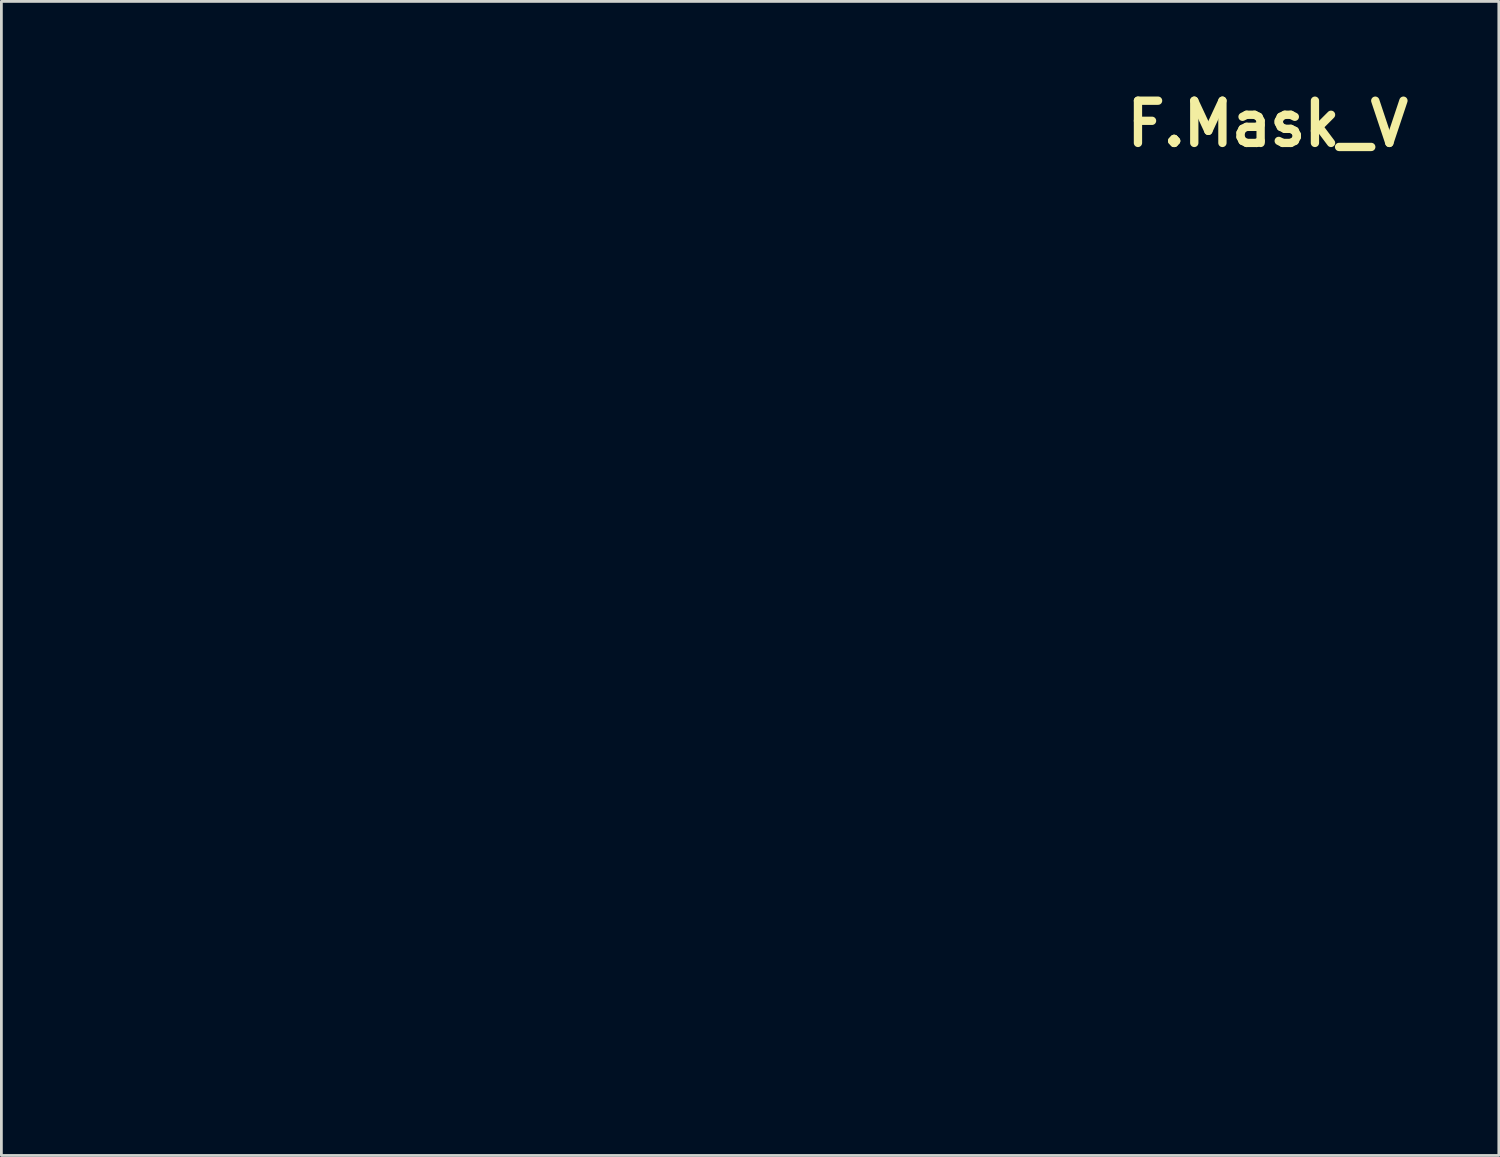
<source format=kicad_pcb>
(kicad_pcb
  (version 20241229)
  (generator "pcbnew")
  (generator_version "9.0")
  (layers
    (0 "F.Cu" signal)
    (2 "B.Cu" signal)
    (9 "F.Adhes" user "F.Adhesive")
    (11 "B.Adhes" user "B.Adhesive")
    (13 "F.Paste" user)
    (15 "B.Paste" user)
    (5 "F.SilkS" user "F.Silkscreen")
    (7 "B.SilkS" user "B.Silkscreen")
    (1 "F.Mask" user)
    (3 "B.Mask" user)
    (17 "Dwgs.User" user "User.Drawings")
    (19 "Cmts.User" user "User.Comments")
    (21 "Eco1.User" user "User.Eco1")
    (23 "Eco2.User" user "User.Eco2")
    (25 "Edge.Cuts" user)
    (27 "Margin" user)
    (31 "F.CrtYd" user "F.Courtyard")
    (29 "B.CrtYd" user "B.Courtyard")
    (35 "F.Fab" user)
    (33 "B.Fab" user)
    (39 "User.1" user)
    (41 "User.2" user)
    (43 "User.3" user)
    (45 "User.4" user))
  (footprint "F.Mask_V"
    (layer "F.Cu")
    (at 42.694 1.418)
    (property "Reference" "F.Mask_V" (at 0 0 180) (layer "F.SilkS") (effects (font (size 1.524 1.524) (thickness 0.3))))
    (attr through_hole)
    (fp_poly (pts (xy -16.455 20.441) (xy -16.344 20.459) (xy -16.243 20.492) (xy -16.166 20.528) (xy -16.079 20.586) (xy -15.992 20.664) (xy -15.918 20.752) (xy -15.869 20.832) (xy -15.849 20.875) (xy -15.832 20.917) (xy -15.818 20.96) (xy -15.807 21.008) (xy -15.799 21.065) (xy -15.792 21.133) (xy -15.788 21.218) (xy -15.785 21.321) (xy -15.783 21.447) (xy -15.782 21.599) (xy -15.782 21.78) (xy -15.782 21.83) (xy -15.782 22.036) (xy -15.784 22.214) (xy -15.786 22.364) (xy -15.789 22.484) (xy -15.794 22.573) (xy -15.799 22.63) (xy -15.801 22.643) (xy -15.849 22.794) (xy -15.925 22.928) (xy -16.025 23.041) (xy -16.147 23.132) (xy -16.288 23.197) (xy -16.434 23.232) (xy -16.511 23.242) (xy -16.571 23.246) (xy -16.628 23.244) (xy -16.698 23.236) (xy -16.737 23.231) (xy -16.885 23.193) (xy -17.02 23.126) (xy -17.137 23.032) (xy -17.234 22.916) (xy -17.307 22.78) (xy -17.348 22.655) (xy -17.355 22.606) (xy -17.361 22.528) (xy -17.366 22.426) (xy -17.37 22.304) (xy -17.373 22.166) (xy -17.375 22.019) (xy -17.376 21.866) (xy -17.375 21.712) (xy -17.374 21.562) (xy -17.371 21.42) (xy -17.368 21.292) (xy -17.363 21.181) (xy -17.358 21.094) (xy -17.351 21.033) (xy -17.348 21.018) (xy -17.296 20.861) (xy -17.219 20.728) (xy -17.119 20.618) (xy -16.997 20.533) (xy -16.855 20.474) (xy -16.694 20.442) (xy -16.586 20.436) (xy -16.455 20.441)) (stroke (width 0.01) (type solid)) (fill yes) (layer "F.Mask"))
    (fp_poly (pts (xy -22.721 27.923) (xy -22.31 27.923) (xy -21.909 27.923) (xy -21.519 27.924) (xy -21.142 27.924) (xy -20.78 27.924) (xy -20.432 27.925) (xy -20.101 27.925) (xy -19.788 27.926) (xy -19.493 27.927) (xy -19.22 27.927) (xy -18.968 27.928) (xy -18.738 27.929) (xy -18.533 27.93) (xy -18.354 27.931) (xy -18.202 27.931) (xy -18.077 27.932) (xy -17.982 27.933) (xy -17.918 27.934) (xy -17.885 27.935) (xy -17.882 27.936) (xy -17.892 27.95) (xy -17.923 27.989) (xy -17.972 28.05) (xy -18.037 28.131) (xy -18.118 28.231) (xy -18.213 28.348) (xy -18.321 28.48) (xy -18.439 28.625) (xy -18.566 28.78) (xy -18.701 28.945) (xy -18.841 29.118) (xy -18.987 29.295) (xy -19.135 29.476) (xy -19.285 29.659) (xy -19.435 29.842) (xy -19.583 30.022) (xy -19.728 30.199) (xy -19.868 30.37) (xy -20.002 30.533) (xy -20.129 30.686) (xy -20.246 30.828) (xy -20.352 30.956) (xy -20.445 31.069) (xy -20.525 31.165) (xy -20.589 31.242) (xy -20.596 31.25) (xy -20.649 31.313) (xy -20.722 31.399) (xy -20.811 31.505) (xy -20.915 31.629) (xy -21.032 31.767) (xy -21.158 31.918) (xy -21.293 32.077) (xy -21.432 32.242) (xy -21.575 32.411) (xy -21.717 32.58) (xy -21.86 32.75) (xy -22.003 32.919) (xy -22.143 33.085) (xy -22.278 33.244) (xy -22.405 33.395) (xy -22.522 33.534) (xy -22.626 33.658) (xy -22.716 33.764) (xy -22.789 33.851) (xy -22.841 33.913) (xy -22.915 34) (xy -22.981 34.077) (xy -23.037 34.141) (xy -23.079 34.189) (xy -23.105 34.216) (xy -23.112 34.222) (xy -23.125 34.209) (xy -23.157 34.174) (xy -23.204 34.121) (xy -23.262 34.053) (xy -23.328 33.974) (xy -23.351 33.947) (xy -23.4 33.888) (xy -23.469 33.806) (xy -23.555 33.704) (xy -23.655 33.585) (xy -23.768 33.451) (xy -23.891 33.305) (xy -24.021 33.15) (xy -24.157 32.989) (xy -24.295 32.824) (xy -24.401 32.699) (xy -24.57 32.499) (xy -24.747 32.289) (xy -24.931 32.07) (xy -25.121 31.844) (xy -25.316 31.613) (xy -25.514 31.377) (xy -25.715 31.138) (xy -25.917 30.898) (xy -26.118 30.657) (xy -26.319 30.419) (xy -26.517 30.182) (xy -26.711 29.951) (xy -26.901 29.724) (xy -27.085 29.505) (xy -27.261 29.295) (xy -27.429 29.094) (xy -27.588 28.905) (xy -27.735 28.728) (xy -27.871 28.566) (xy -27.993 28.419) (xy -28.101 28.289) (xy -28.194 28.178) (xy -28.27 28.087) (xy -28.328 28.017) (xy -28.367 27.969) (xy -28.385 27.946) (xy -28.386 27.944) (xy -28.382 27.942) (xy -28.365 27.94) (xy -28.334 27.938) (xy -28.29 27.937) (xy -28.23 27.935) (xy -28.154 27.934) (xy -28.061 27.932) (xy -27.95 27.931) (xy -27.819 27.93) (xy -27.669 27.929) (xy -27.498 27.928) (xy -27.305 27.927) (xy -27.089 27.926) (xy -26.849 27.926) (xy -26.585 27.925) (xy -26.295 27.925) (xy -25.978 27.924) (xy -25.633 27.924) (xy -25.261 27.924) (xy -24.858 27.923) (xy -24.425 27.923) (xy -23.961 27.923) (xy -23.465 27.923) (xy -23.14 27.923) (xy -22.721 27.923)) (stroke (width 0.01) (type solid)) (fill yes) (layer "F.Mask"))
    (fp_poly (pts (xy -40.68 12.636) (xy -40.613 12.643) (xy -40.525 12.654) (xy -40.423 12.668) (xy -40.365 12.676) (xy -39.87 12.747) (xy -39.404 12.809) (xy -38.965 12.861) (xy -38.549 12.904) (xy -38.154 12.939) (xy -37.777 12.964) (xy -37.415 12.982) (xy -37.064 12.992) (xy -36.813 12.994) (xy -36.603 12.993) (xy -36.417 12.991) (xy -36.247 12.986) (xy -36.087 12.979) (xy -35.929 12.968) (xy -35.766 12.954) (xy -35.591 12.936) (xy -35.397 12.913) (xy -35.179 12.885) (xy -34.925 12.853) (xy -34.701 12.825) (xy -34.5 12.802) (xy -34.319 12.783) (xy -34.154 12.767) (xy -33.999 12.753) (xy -33.85 12.743) (xy -33.703 12.734) (xy -33.649 12.732) (xy -33.532 12.726) (xy -33.425 12.723) (xy -33.334 12.72) (xy -33.263 12.719) (xy -33.217 12.72) (xy -33.203 12.721) (xy -33.188 12.736) (xy -33.154 12.775) (xy -33.103 12.837) (xy -33.035 12.92) (xy -32.952 13.022) (xy -32.855 13.141) (xy -32.747 13.276) (xy -32.628 13.424) (xy -32.5 13.584) (xy -32.364 13.754) (xy -32.221 13.932) (xy -32.074 14.117) (xy -31.924 14.306) (xy -31.772 14.498) (xy -31.619 14.691) (xy -31.467 14.882) (xy -31.318 15.071) (xy -31.172 15.256) (xy -31.032 15.434) (xy -30.899 15.603) (xy -30.773 15.763) (xy -30.658 15.91) (xy -30.553 16.044) (xy -30.461 16.163) (xy -30.383 16.264) (xy -30.321 16.346) (xy -30.275 16.406) (xy -30.248 16.444) (xy -30.24 16.457) (xy -30.258 16.459) (xy -30.309 16.461) (xy -30.391 16.464) (xy -30.501 16.467) (xy -30.639 16.472) (xy -30.803 16.476) (xy -30.991 16.481) (xy -31.202 16.487) (xy -31.434 16.493) (xy -31.685 16.499) (xy -31.954 16.506) (xy -32.24 16.513) (xy -32.54 16.521) (xy -32.854 16.528) (xy -33.179 16.536) (xy -33.514 16.544) (xy -33.726 16.549) (xy -34.068 16.556) (xy -34.403 16.564) (xy -34.727 16.572) (xy -35.041 16.579) (xy -35.342 16.586) (xy -35.628 16.593) (xy -35.898 16.6) (xy -36.15 16.606) (xy -36.382 16.612) (xy -36.593 16.617) (xy -36.781 16.622) (xy -36.945 16.626) (xy -37.082 16.63) (xy -37.192 16.633) (xy -37.272 16.635) (xy -37.32 16.636) (xy -37.333 16.637) (xy -37.473 16.646) (xy -37.85 16.183) (xy -38.151 15.814) (xy -38.438 15.463) (xy -38.71 15.129) (xy -38.967 14.813) (xy -39.209 14.517) (xy -39.435 14.24) (xy -39.644 13.983) (xy -39.836 13.747) (xy -39.843 13.739) (xy -33.963 13.739) (xy -33.96 13.749) (xy -33.951 13.75) (xy -33.937 13.744) (xy -33.94 13.739) (xy -33.96 13.737) (xy -33.963 13.739) (xy -39.843 13.739) (xy -40.011 13.532) (xy -40.168 13.339) (xy -40.307 13.168) (xy -40.343 13.124) (xy -36.707 13.124) (xy -36.702 13.129) (xy -36.669 13.142) (xy -36.61 13.161) (xy -36.532 13.186) (xy -36.436 13.215) (xy -36.328 13.247) (xy -36.212 13.281) (xy -36.091 13.315) (xy -35.97 13.349) (xy -35.852 13.382) (xy -35.742 13.411) (xy -35.644 13.437) (xy -35.611 13.445) (xy -35.457 13.481) (xy -35.292 13.518) (xy -35.121 13.555) (xy -34.947 13.59) (xy -34.775 13.623) (xy -34.61 13.653) (xy -34.456 13.679) (xy -34.318 13.701) (xy -34.199 13.717) (xy -34.105 13.727) (xy -34.044 13.73) (xy -33.977 13.73) (xy -34.028 13.707) (xy -34.078 13.686) (xy -34.154 13.659) (xy -34.251 13.627) (xy -34.362 13.591) (xy -34.481 13.555) (xy -34.601 13.519) (xy -34.716 13.486) (xy -34.805 13.462) (xy -35.198 13.367) (xy -35.603 13.284) (xy -36.03 13.213) (xy -36.364 13.166) (xy -36.467 13.153) (xy -36.557 13.142) (xy -36.631 13.133) (xy -36.683 13.127) (xy -36.707 13.124) (xy -36.707 13.124) (xy -40.343 13.124) (xy -40.428 13.019) (xy -40.529 12.894) (xy -40.611 12.793) (xy -40.673 12.716) (xy -40.715 12.664) (xy -40.735 12.637) (xy -40.738 12.634) (xy -40.723 12.632) (xy -40.68 12.636)) (stroke (width 0.01) (type solid)) (fill yes) (layer "F.Mask"))
    (fp_poly (pts (xy -5.337 12.306) (xy -5.334 12.309) (xy -5.344 12.324) (xy -5.375 12.362) (xy -5.424 12.424) (xy -5.491 12.507) (xy -5.573 12.609) (xy -5.669 12.728) (xy -5.779 12.863) (xy -5.9 13.013) (xy -6.032 13.174) (xy -6.172 13.346) (xy -6.32 13.528) (xy -6.453 13.691) (xy -6.644 13.925) (xy -6.815 14.134) (xy -6.967 14.322) (xy -7.103 14.489) (xy -7.224 14.638) (xy -7.331 14.77) (xy -7.427 14.889) (xy -7.512 14.996) (xy -7.588 15.093) (xy -7.657 15.182) (xy -7.721 15.265) (xy -7.78 15.344) (xy -7.837 15.421) (xy -7.893 15.498) (xy -7.95 15.578) (xy -8.009 15.661) (xy -8.072 15.751) (xy -8.141 15.85) (xy -8.159 15.875) (xy -8.241 15.993) (xy -8.324 16.11) (xy -8.404 16.221) (xy -8.476 16.321) (xy -8.538 16.406) (xy -8.585 16.468) (xy -8.594 16.48) (xy -8.646 16.548) (xy -8.684 16.595) (xy -8.715 16.623) (xy -8.747 16.637) (xy -8.789 16.641) (xy -8.846 16.639) (xy -8.907 16.635) (xy -8.931 16.634) (xy -8.987 16.632) (xy -9.074 16.63) (xy -9.191 16.627) (xy -9.334 16.624) (xy -9.503 16.62) (xy -9.697 16.616) (xy -9.913 16.611) (xy -10.15 16.605) (xy -10.407 16.6) (xy -10.682 16.593) (xy -10.972 16.587) (xy -11.277 16.58) (xy -11.596 16.573) (xy -11.925 16.566) (xy -12.265 16.558) (xy -12.556 16.552) (xy -12.902 16.544) (xy -13.24 16.537) (xy -13.567 16.53) (xy -13.883 16.522) (xy -14.185 16.515) (xy -14.473 16.509) (xy -14.743 16.502) (xy -14.996 16.496) (xy -15.229 16.49) (xy -15.44 16.485) (xy -15.629 16.48) (xy -15.793 16.476) (xy -15.931 16.472) (xy -16.041 16.468) (xy -16.122 16.466) (xy -16.172 16.464) (xy -16.189 16.462) (xy -16.25 16.451) (xy -14.787 14.613) (xy -14.613 14.395) (xy -14.538 14.3) (xy -9.347 14.3) (xy -9.339 14.309) (xy -9.33 14.3) (xy -9.339 14.292) (xy -9.347 14.3) (xy -14.538 14.3) (xy -14.516 14.273) (xy -9.299 14.273) (xy -9.286 14.272) (xy -9.246 14.253) (xy -9.178 14.217) (xy -9.082 14.163) (xy -8.958 14.092) (xy -8.941 14.082) (xy -8.548 13.847) (xy -8.17 13.601) (xy -7.815 13.35) (xy -7.713 13.274) (xy -7.612 13.197) (xy -7.537 13.14) (xy -7.486 13.1) (xy -7.46 13.076) (xy -7.457 13.067) (xy -7.475 13.072) (xy -7.514 13.09) (xy -7.573 13.118) (xy -7.599 13.131) (xy -7.853 13.265) (xy -8.122 13.424) (xy -8.408 13.609) (xy -8.711 13.82) (xy -8.951 13.996) (xy -9.075 14.09) (xy -9.172 14.165) (xy -9.242 14.22) (xy -9.284 14.256) (xy -9.299 14.273) (xy -14.516 14.273) (xy -14.444 14.183) (xy -14.282 13.979) (xy -14.128 13.786) (xy -13.984 13.605) (xy -13.85 13.436) (xy -13.728 13.283) (xy -13.619 13.146) (xy -13.524 13.026) (xy -13.444 12.926) (xy -13.381 12.846) (xy -13.336 12.789) (xy -13.31 12.756) (xy -13.304 12.748) (xy -13.299 12.745) (xy -13.287 12.742) (xy -13.269 12.738) (xy -13.241 12.735) (xy -13.203 12.731) (xy -13.154 12.726) (xy -13.093 12.721) (xy -13.017 12.716) (xy -12.927 12.709) (xy -12.82 12.703) (xy -12.696 12.695) (xy -12.553 12.686) (xy -12.39 12.677) (xy -12.205 12.667) (xy -11.998 12.655) (xy -11.767 12.643) (xy -11.511 12.629) (xy -11.229 12.614) (xy -10.919 12.597) (xy -10.581 12.579) (xy -10.212 12.56) (xy -9.812 12.539) (xy -9.381 12.516) (xy -9.019 12.497) (xy -8.666 12.478) (xy -8.322 12.46) (xy -7.99 12.443) (xy -7.671 12.426) (xy -7.367 12.41) (xy -7.079 12.394) (xy -6.808 12.38) (xy -6.556 12.367) (xy -6.326 12.354) (xy -6.117 12.343) (xy -5.932 12.333) (xy -5.772 12.325) (xy -5.639 12.317) (xy -5.535 12.312) (xy -5.46 12.308) (xy -5.416 12.305) (xy -5.406 12.304) (xy -5.362 12.303) (xy -5.337 12.306)) (stroke (width 0.01) (type solid)) (fill yes) (layer "F.Mask"))
    (fp_poly (pts (xy -5.942 16.96) (xy -5.626 17.106) (xy -5.324 17.281) (xy -5.039 17.483) (xy -4.773 17.709) (xy -4.529 17.958) (xy -4.307 18.227) (xy -4.112 18.514) (xy -3.944 18.817) (xy -3.834 19.062) (xy -3.776 19.207) (xy -3.776 24.06) (xy -3.862 24.263) (xy -4.012 24.575) (xy -4.191 24.872) (xy -4.397 25.152) (xy -4.628 25.412) (xy -4.882 25.652) (xy -5.157 25.868) (xy -5.451 26.058) (xy -5.761 26.221) (xy -5.913 26.287) (xy -6.06 26.348) (xy -23.236 26.348) (xy -40.411 26.347) (xy -40.547 26.291) (xy -40.868 26.141) (xy -41.172 25.962) (xy -41.458 25.757) (xy -41.723 25.527) (xy -41.966 25.274) (xy -42.185 25) (xy -42.379 24.706) (xy -42.544 24.396) (xy -42.612 24.243) (xy -42.689 24.059) (xy -42.689 21.02) (xy -41.944 21.02) (xy -41.944 21.369) (xy -41.944 21.751) (xy -41.944 21.771) (xy -41.944 22.194) (xy -41.944 22.584) (xy -41.943 22.942) (xy -41.943 23.268) (xy -41.942 23.562) (xy -41.941 23.826) (xy -41.94 24.059) (xy -41.939 24.263) (xy -41.937 24.438) (xy -41.935 24.585) (xy -41.934 24.704) (xy -41.932 24.796) (xy -41.929 24.861) (xy -41.927 24.901) (xy -41.925 24.912) (xy -41.877 25.068) (xy -41.799 25.212) (xy -41.695 25.341) (xy -41.571 25.45) (xy -41.429 25.536) (xy -41.292 25.589) (xy -41.285 25.59) (xy -41.276 25.592) (xy -41.264 25.593) (xy -41.248 25.594) (xy -41.228 25.596) (xy -41.203 25.597) (xy -41.172 25.598) (xy -41.135 25.599) (xy -41.091 25.6) (xy -41.04 25.602) (xy -40.981 25.603) (xy -40.913 25.604) (xy -40.836 25.604) (xy -40.75 25.605) (xy -40.653 25.606) (xy -40.545 25.607) (xy -40.425 25.608) (xy -40.293 25.609) (xy -40.149 25.609) (xy -39.991 25.61) (xy -39.819 25.611) (xy -39.633 25.611) (xy -39.431 25.612) (xy -39.214 25.612) (xy -38.98 25.613) (xy -38.73 25.613) (xy -38.462 25.614) (xy -38.175 25.614) (xy -37.87 25.615) (xy -37.545 25.615) (xy -37.201 25.615) (xy -36.836 25.616) (xy -36.449 25.616) (xy -36.041 25.616) (xy -35.611 25.617) (xy -35.157 25.617) (xy -34.68 25.617) (xy -34.179 25.617) (xy -33.653 25.617) (xy -33.101 25.618) (xy -32.524 25.618) (xy -31.92 25.618) (xy -31.289 25.618) (xy -30.63 25.618) (xy -29.942 25.618) (xy -29.226 25.618) (xy -28.48 25.618) (xy -27.704 25.619) (xy -26.897 25.619) (xy -26.058 25.619) (xy -25.188 25.619) (xy -24.285 25.619) (xy -23.349 25.619) (xy -23.243 25.619) (xy -22.3 25.619) (xy -21.391 25.619) (xy -20.513 25.619) (xy -19.668 25.619) (xy -18.855 25.619) (xy -18.072 25.619) (xy -17.32 25.619) (xy -16.597 25.619) (xy -15.904 25.619) (xy -15.239 25.619) (xy -14.602 25.619) (xy -13.992 25.619) (xy -13.409 25.619) (xy -12.852 25.619) (xy -12.321 25.619) (xy -11.814 25.618) (xy -11.332 25.618) (xy -10.874 25.618) (xy -10.439 25.618) (xy -10.027 25.618) (xy -9.636 25.617) (xy -9.267 25.617) (xy -8.918 25.617) (xy -8.59 25.616) (xy -8.282 25.616) (xy -7.992 25.615) (xy -7.721 25.615) (xy -7.468 25.615) (xy -7.232 25.614) (xy -7.012 25.614) (xy -6.809 25.613) (xy -6.621 25.612) (xy -6.448 25.612) (xy -6.289 25.611) (xy -6.144 25.61) (xy -6.011 25.61) (xy -5.892 25.609) (xy -5.784 25.608) (xy -5.687 25.607) (xy -5.601 25.606) (xy -5.526 25.605) (xy -5.459 25.604) (xy -5.402 25.603) (xy -5.353 25.602) (xy -5.312 25.601) (xy -5.278 25.6) (xy -5.25 25.599) (xy -5.228 25.597) (xy -5.212 25.596) (xy -5.2 25.595) (xy -5.193 25.593) (xy -5.193 25.593) (xy -5.032 25.535) (xy -4.888 25.448) (xy -4.762 25.334) (xy -4.657 25.196) (xy -4.575 25.035) (xy -4.567 25.014) (xy -4.53 24.917) (xy -4.525 21.827) (xy -4.525 21.395) (xy -4.524 20.996) (xy -4.524 20.63) (xy -4.524 20.297) (xy -4.525 19.996) (xy -4.525 19.726) (xy -4.526 19.488) (xy -4.527 19.28) (xy -4.528 19.103) (xy -4.53 18.955) (xy -4.531 18.837) (xy -4.533 18.747) (xy -4.536 18.687) (xy -4.538 18.654) (xy -4.539 18.65) (xy -4.568 18.55) (xy -4.616 18.442) (xy -4.674 18.339) (xy -4.736 18.253) (xy -4.746 18.241) (xy -4.797 18.18) (xy -4.846 18.109) (xy -4.87 18.068) (xy -4.905 18.013) (xy -4.956 17.947) (xy -5.014 17.881) (xy -5.038 17.856) (xy -5.17 17.743) (xy -5.313 17.661) (xy -5.472 17.608) (xy -5.498 17.602) (xy -5.522 17.6) (xy -5.578 17.599) (xy -5.667 17.598) (xy -5.787 17.596) (xy -5.937 17.595) (xy -6.117 17.594) (xy -6.325 17.593) (xy -6.562 17.592) (xy -6.825 17.591) (xy -7.115 17.589) (xy -7.429 17.588) (xy -7.768 17.587) (xy -8.131 17.587) (xy -8.516 17.586) (xy -8.924 17.585) (xy -9.352 17.584) (xy -9.8 17.583) (xy -10.267 17.582) (xy -10.753 17.582) (xy -11.256 17.581) (xy -11.776 17.58) (xy -12.312 17.58) (xy -12.863 17.579) (xy -13.428 17.578) (xy -14.006 17.578) (xy -14.596 17.577) (xy -15.198 17.577) (xy -15.81 17.576) (xy -16.432 17.576) (xy -17.063 17.576) (xy -17.703 17.575) (xy -18.349 17.575) (xy -19.002 17.575) (xy -19.66 17.575) (xy -20.322 17.574) (xy -20.989 17.574) (xy -21.658 17.574) (xy -22.329 17.574) (xy -23.002 17.574) (xy -23.675 17.574) (xy -24.347 17.574) (xy -25.018 17.574) (xy -25.686 17.574) (xy -26.352 17.575) (xy -27.013 17.575) (xy -27.669 17.575) (xy -28.32 17.575) (xy -28.964 17.575) (xy -29.601 17.576) (xy -30.229 17.576) (xy -30.849 17.577) (xy -31.458 17.577) (xy -32.056 17.577) (xy -32.643 17.578) (xy -33.216 17.579) (xy -33.777 17.579) (xy -34.323 17.58) (xy -34.854 17.58) (xy -35.369 17.581) (xy -35.867 17.582) (xy -36.347 17.583) (xy -36.808 17.583) (xy -37.25 17.584) (xy -37.672 17.585) (xy -38.072 17.586) (xy -38.45 17.587) (xy -38.806 17.588) (xy -39.137 17.589) (xy -39.444 17.59) (xy -39.726 17.591) (xy -39.981 17.592) (xy -40.208 17.593) (xy -40.408 17.594) (xy -40.579 17.596) (xy -40.719 17.597) (xy -40.829 17.598) (xy -40.908 17.599) (xy -40.954 17.601) (xy -40.967 17.602) (xy -41.128 17.651) (xy -41.274 17.729) (xy -41.409 17.838) (xy -41.428 17.856) (xy -41.487 17.919) (xy -41.542 17.987) (xy -41.584 18.048) (xy -41.596 18.068) (xy -41.635 18.133) (xy -41.686 18.203) (xy -41.722 18.247) (xy -41.772 18.309) (xy -41.82 18.379) (xy -41.846 18.425) (xy -41.858 18.448) (xy -41.869 18.468) (xy -41.879 18.488) (xy -41.888 18.509) (xy -41.896 18.531) (xy -41.903 18.558) (xy -41.91 18.589) (xy -41.916 18.627) (xy -41.921 18.673) (xy -41.925 18.729) (xy -41.929 18.796) (xy -41.932 18.875) (xy -41.935 18.969) (xy -41.937 19.079) (xy -41.939 19.206) (xy -41.941 19.351) (xy -41.942 19.517) (xy -41.943 19.704) (xy -41.943 19.915) (xy -41.944 20.15) (xy -41.944 20.412) (xy -41.944 20.701) (xy -41.944 21.02) (xy -42.689 21.02) (xy -42.689 19.2) (xy -42.628 19.053) (xy -42.526 18.83) (xy -42.405 18.603) (xy -42.271 18.383) (xy -42.13 18.182) (xy -42.073 18.108) (xy -42.003 18.027) (xy -41.914 17.931) (xy -41.814 17.828) (xy -41.709 17.726) (xy -41.608 17.632) (xy -41.518 17.552) (xy -41.487 17.527) (xy -41.272 17.368) (xy -41.037 17.219) (xy -40.794 17.085) (xy -40.553 16.973) (xy -40.523 16.96) (xy -40.414 16.916) (xy -6.051 16.916) (xy -5.942 16.96)) (stroke (width 0.01) (type solid)) (fill yes) (layer "F.Mask"))
    (fp_poly (pts (xy -6.731 18.339) (xy -6.549 18.413) (xy -6.299 18.532) (xy -6.059 18.679) (xy -5.832 18.851) (xy -5.625 19.042) (xy -5.443 19.249) (xy -5.373 19.343) (xy -5.299 19.457) (xy -5.221 19.591) (xy -5.146 19.732) (xy -5.081 19.868) (xy -5.039 19.971) (xy -4.995 20.087) (xy -4.995 23.349) (xy -5.04 23.473) (xy -5.151 23.733) (xy -5.292 23.981) (xy -5.46 24.214) (xy -5.653 24.429) (xy -5.868 24.624) (xy -6.101 24.796) (xy -6.351 24.941) (xy -6.561 25.037) (xy -6.705 25.095) (xy -39.768 25.093) (xy -39.923 25.029) (xy -40.19 24.9) (xy -40.442 24.743) (xy -40.673 24.561) (xy -40.884 24.356) (xy -41.07 24.13) (xy -41.23 23.885) (xy -41.326 23.703) (xy -41.349 23.654) (xy -41.37 23.612) (xy -41.388 23.574) (xy -41.404 23.538) (xy -41.418 23.502) (xy -41.43 23.463) (xy -41.44 23.42) (xy -41.448 23.369) (xy -41.454 23.31) (xy -41.459 23.239) (xy -41.463 23.154) (xy -41.466 23.053) (xy -41.468 22.934) (xy -41.469 22.795) (xy -41.47 22.633) (xy -41.47 22.446) (xy -41.47 22.232) (xy -41.47 21.988) (xy -41.47 21.716) (xy -41.47 20.087) (xy -41.426 19.971) (xy -41.374 19.848) (xy -41.308 19.71) (xy -41.233 19.57) (xy -41.155 19.439) (xy -41.092 19.343) (xy -41.017 19.245) (xy -40.922 19.136) (xy -40.872 19.084) (xy -37.236 19.084) (xy -37.236 24.587) (xy -36.136 24.587) (xy -36.136 19.084) (xy -34.425 19.084) (xy -34.425 24.587) (xy -33.393 24.587) (xy -33.393 22.874) (xy -33.392 22.609) (xy -33.392 22.361) (xy -33.391 22.133) (xy -33.39 21.924) (xy -33.389 21.738) (xy -33.388 21.575) (xy -33.386 21.438) (xy -33.384 21.328) (xy -33.382 21.246) (xy -33.38 21.195) (xy -33.378 21.176) (xy -33.377 21.176) (xy -33.368 21.193) (xy -33.345 21.239) (xy -33.308 21.311) (xy -33.26 21.407) (xy -33.201 21.526) (xy -33.132 21.666) (xy -33.053 21.825) (xy -32.967 22) (xy -32.873 22.19) (xy -32.773 22.393) (xy -32.668 22.606) (xy -32.558 22.829) (xy -32.531 22.885) (xy -31.699 24.579) (xy -31.064 24.583) (xy -30.429 24.588) (xy -30.429 22.412) (xy -28.751 22.412) (xy -28.751 22.561) (xy -28.75 22.686) (xy -28.749 22.79) (xy -28.748 22.877) (xy -28.746 22.949) (xy -28.743 23.008) (xy -28.739 23.057) (xy -28.735 23.099) (xy -28.73 23.137) (xy -28.727 23.156) (xy -28.671 23.398) (xy -28.586 23.623) (xy -28.474 23.83) (xy -28.335 24.017) (xy -28.17 24.182) (xy -28.002 24.311) (xy -27.812 24.421) (xy -27.6 24.509) (xy -27.372 24.575) (xy -27.132 24.618) (xy -26.887 24.636) (xy -26.643 24.628) (xy -26.568 24.62) (xy -26.322 24.575) (xy -26.09 24.503) (xy -25.874 24.405) (xy -25.677 24.283) (xy -25.502 24.138) (xy -25.356 23.977) (xy -23.725 23.977) (xy -23.618 24.055) (xy -23.366 24.22) (xy -23.093 24.359) (xy -22.801 24.472) (xy -22.493 24.557) (xy -22.171 24.613) (xy -22.115 24.62) (xy -22.019 24.627) (xy -21.898 24.63) (xy -21.763 24.63) (xy -21.622 24.627) (xy -21.483 24.621) (xy -21.357 24.611) (xy -21.252 24.6) (xy -21.217 24.594) (xy -20.954 24.536) (xy -20.718 24.456) (xy -20.507 24.356) (xy -20.322 24.234) (xy -20.185 24.114) (xy -20.066 23.979) (xy -19.969 23.832) (xy -19.889 23.665) (xy -19.834 23.508) (xy -19.82 23.465) (xy -19.81 23.426) (xy -19.802 23.388) (xy -19.796 23.346) (xy -19.792 23.295) (xy -19.79 23.23) (xy -19.788 23.147) (xy -19.788 23.04) (xy -19.788 22.906) (xy -19.788 22.868) (xy -19.788 22.727) (xy -19.788 22.614) (xy -19.789 22.525) (xy -19.791 22.456) (xy -19.795 22.402) (xy -19.8 22.358) (xy -19.808 22.32) (xy -19.818 22.282) (xy -19.825 22.257) (xy -18.472 22.257) (xy -18.472 22.462) (xy -18.471 22.635) (xy -18.469 22.778) (xy -18.466 22.892) (xy -18.463 22.977) (xy -18.459 23.035) (xy -18.457 23.051) (xy -18.406 23.305) (xy -18.326 23.541) (xy -18.22 23.757) (xy -18.089 23.953) (xy -17.932 24.127) (xy -17.752 24.279) (xy -17.548 24.406) (xy -17.508 24.427) (xy -17.385 24.484) (xy -17.26 24.53) (xy -17.125 24.568) (xy -16.973 24.601) (xy -16.806 24.628) (xy -16.753 24.632) (xy -16.675 24.633) (xy -16.579 24.631) (xy -16.474 24.626) (xy -16.369 24.62) (xy -16.271 24.613) (xy -16.189 24.604) (xy -16.138 24.596) (xy -15.914 24.536) (xy -15.7 24.451) (xy -15.499 24.342) (xy -15.317 24.212) (xy -15.159 24.065) (xy -15.091 23.988) (xy -14.97 23.819) (xy -14.872 23.643) (xy -14.795 23.451) (xy -14.739 23.258) (xy -14.723 23.187) (xy -14.71 23.113) (xy -14.698 23.033) (xy -14.688 22.944) (xy -14.681 22.844) (xy -14.675 22.729) (xy -14.671 22.597) (xy -14.668 22.444) (xy -14.667 22.268) (xy -14.667 22.17) (xy -13.24 22.17) (xy -13.24 22.361) (xy -13.238 22.527) (xy -13.236 22.67) (xy -13.233 22.793) (xy -13.228 22.9) (xy -13.221 22.992) (xy -13.214 23.072) (xy -13.204 23.144) (xy -13.193 23.21) (xy -13.179 23.273) (xy -13.174 23.297) (xy -13.103 23.532) (xy -13.006 23.749) (xy -12.886 23.945) (xy -12.743 24.119) (xy -12.579 24.268) (xy -12.425 24.372) (xy -12.234 24.468) (xy -12.021 24.544) (xy -11.793 24.597) (xy -11.555 24.628) (xy -11.315 24.635) (xy -11.1 24.619) (xy -10.859 24.574) (xy -10.635 24.499) (xy -10.427 24.395) (xy -10.237 24.263) (xy -10.065 24.104) (xy -9.911 23.917) (xy -9.777 23.704) (xy -9.663 23.466) (xy -9.569 23.202) (xy -9.531 23.064) (xy -9.507 22.964) (xy -9.493 22.881) (xy -9.486 22.8) (xy -9.484 22.707) (xy -9.484 22.68) (xy -9.484 22.602) (xy -9.482 22.536) (xy -9.479 22.49) (xy -9.475 22.472) (xy -9.485 22.466) (xy -9.522 22.462) (xy -9.589 22.458) (xy -9.685 22.456) (xy -9.813 22.454) (xy -9.973 22.454) (xy -10.02 22.454) (xy -10.577 22.454) (xy -10.606 22.575) (xy -10.657 22.732) (xy -10.729 22.875) (xy -10.819 22.999) (xy -10.923 23.1) (xy -11.025 23.166) (xy -11.153 23.214) (xy -11.291 23.238) (xy -11.434 23.24) (xy -11.573 23.219) (xy -11.703 23.176) (xy -11.817 23.113) (xy -11.893 23.047) (xy -11.969 22.959) (xy -12.024 22.875) (xy -12.065 22.783) (xy -12.094 22.691) (xy -12.103 22.655) (xy -12.111 22.621) (xy -12.117 22.585) (xy -12.122 22.544) (xy -12.126 22.495) (xy -12.129 22.433) (xy -12.131 22.356) (xy -12.132 22.258) (xy -12.132 22.137) (xy -12.133 21.99) (xy -12.133 21.827) (xy -12.133 21.639) (xy -12.132 21.482) (xy -12.13 21.351) (xy -12.128 21.243) (xy -12.123 21.154) (xy -12.117 21.082) (xy -12.108 21.021) (xy -12.097 20.97) (xy -12.082 20.923) (xy -12.064 20.877) (xy -12.042 20.83) (xy -12.028 20.801) (xy -11.968 20.707) (xy -11.886 20.618) (xy -11.791 20.543) (xy -11.694 20.491) (xy -11.689 20.489) (xy -11.566 20.455) (xy -11.431 20.438) (xy -11.295 20.439) (xy -11.167 20.457) (xy -11.058 20.493) (xy -11.048 20.498) (xy -10.977 20.542) (xy -10.898 20.607) (xy -10.821 20.684) (xy -10.756 20.764) (xy -10.745 20.78) (xy -10.712 20.837) (xy -10.675 20.915) (xy -10.64 21.001) (xy -10.611 21.084) (xy -10.592 21.151) (xy -10.591 21.155) (xy -10.58 21.217) (xy -9.487 21.217) (xy -9.477 21.139) (xy -9.468 21.056) (xy -9.467 20.978) (xy -9.475 20.893) (xy -9.492 20.791) (xy -9.506 20.722) (xy -9.58 20.435) (xy -9.675 20.174) (xy -9.791 19.938) (xy -9.927 19.73) (xy -10.083 19.547) (xy -10.26 19.392) (xy -10.455 19.264) (xy -10.671 19.163) (xy -10.905 19.09) (xy -10.968 19.076) (xy -11.184 19.045) (xy -11.41 19.037) (xy -11.639 19.053) (xy -11.864 19.09) (xy -12.08 19.148) (xy -12.28 19.226) (xy -12.458 19.322) (xy -12.479 19.336) (xy -12.662 19.478) (xy -12.82 19.641) (xy -12.952 19.826) (xy -13.061 20.035) (xy -13.123 20.198) (xy -13.144 20.261) (xy -13.162 20.319) (xy -13.177 20.375) (xy -13.19 20.431) (xy -13.201 20.491) (xy -13.209 20.558) (xy -13.217 20.634) (xy -13.222 20.723) (xy -13.227 20.827) (xy -13.23 20.951) (xy -13.233 21.096) (xy -13.235 21.266) (xy -13.236 21.463) (xy -13.238 21.692) (xy -13.238 21.7) (xy -13.239 21.951) (xy -13.24 22.17) (xy -14.667 22.17) (xy -14.667 22.067) (xy -14.668 21.836) (xy -14.669 21.647) (xy -14.671 21.427) (xy -14.673 21.237) (xy -14.676 21.076) (xy -14.679 20.938) (xy -14.683 20.822) (xy -14.688 20.724) (xy -14.694 20.64) (xy -14.702 20.568) (xy -14.712 20.505) (xy -14.724 20.446) (xy -14.739 20.39) (xy -14.756 20.333) (xy -14.776 20.271) (xy -14.783 20.249) (xy -14.876 20.019) (xy -14.995 19.812) (xy -15.138 19.628) (xy -15.307 19.466) (xy -15.501 19.328) (xy -15.672 19.234) (xy -15.894 19.144) (xy -16.131 19.082) (xy -16.377 19.046) (xy -16.627 19.038) (xy -16.876 19.057) (xy -17.117 19.103) (xy -17.348 19.175) (xy -17.483 19.235) (xy -17.694 19.355) (xy -17.879 19.496) (xy -18.039 19.659) (xy -18.177 19.845) (xy -18.291 20.056) (xy -18.383 20.292) (xy -18.426 20.439) (xy -18.434 20.467) (xy -18.44 20.495) (xy -18.445 20.525) (xy -18.45 20.559) (xy -18.454 20.601) (xy -18.457 20.652) (xy -18.46 20.715) (xy -18.462 20.794) (xy -18.464 20.89) (xy -18.465 21.007) (xy -18.467 21.147) (xy -18.468 21.312) (xy -18.469 21.506) (xy -18.47 21.731) (xy -18.47 21.751) (xy -18.471 22.02) (xy -18.472 22.257) (xy -19.825 22.257) (xy -19.83 22.239) (xy -19.835 22.225) (xy -19.887 22.079) (xy -19.947 21.956) (xy -20.02 21.847) (xy -20.093 21.761) (xy -20.184 21.673) (xy -20.292 21.585) (xy -20.405 21.506) (xy -20.511 21.444) (xy -20.515 21.442) (xy -20.602 21.405) (xy -20.718 21.363) (xy -20.858 21.319) (xy -21.019 21.274) (xy -21.196 21.229) (xy -21.384 21.185) (xy -21.505 21.158) (xy -21.678 21.121) (xy -21.82 21.088) (xy -21.937 21.057) (xy -22.033 21.027) (xy -22.111 20.997) (xy -22.175 20.965) (xy -22.229 20.931) (xy -22.277 20.891) (xy -22.28 20.889) (xy -22.342 20.824) (xy -22.373 20.765) (xy -22.375 20.711) (xy -22.363 20.682) (xy -22.302 20.6) (xy -22.214 20.531) (xy -22.101 20.475) (xy -21.968 20.433) (xy -21.819 20.405) (xy -21.657 20.392) (xy -21.487 20.394) (xy -21.312 20.412) (xy -21.137 20.446) (xy -21.006 20.483) (xy -20.86 20.538) (xy -20.703 20.608) (xy -20.551 20.687) (xy -20.442 20.753) (xy -20.386 20.788) (xy -20.342 20.813) (xy -20.316 20.825) (xy -20.313 20.826) (xy -20.304 20.81) (xy -20.282 20.767) (xy -20.249 20.702) (xy -20.206 20.618) (xy -20.157 20.519) (xy -20.102 20.408) (xy -20.087 20.379) (xy -20.009 20.22) (xy -19.945 20.087) (xy -19.896 19.978) (xy -19.861 19.888) (xy -19.837 19.816) (xy -19.825 19.758) (xy -19.822 19.711) (xy -19.829 19.671) (xy -19.835 19.653) (xy -19.863 19.607) (xy -19.896 19.573) (xy -19.899 19.571) (xy -19.934 19.55) (xy -19.986 19.519) (xy -20.043 19.485) (xy -20.332 19.33) (xy -20.623 19.208) (xy -20.916 19.12) (xy -21.211 19.066) (xy -21.507 19.046) (xy -21.539 19.046) (xy -21.834 19.057) (xy -22.104 19.089) (xy -22.349 19.144) (xy -22.57 19.221) (xy -22.769 19.321) (xy -22.945 19.444) (xy -23.034 19.521) (xy -23.172 19.672) (xy -23.283 19.837) (xy -23.368 20.02) (xy -23.43 20.225) (xy -23.452 20.332) (xy -23.459 20.389) (xy -23.464 20.473) (xy -23.468 20.577) (xy -23.47 20.695) (xy -23.47 20.819) (xy -23.47 20.943) (xy -23.467 21.06) (xy -23.464 21.163) (xy -23.458 21.245) (xy -23.453 21.292) (xy -23.422 21.436) (xy -23.377 21.579) (xy -23.323 21.709) (xy -23.288 21.774) (xy -23.231 21.855) (xy -23.153 21.944) (xy -23.061 22.035) (xy -22.966 22.117) (xy -22.874 22.185) (xy -22.843 22.204) (xy -22.726 22.263) (xy -22.58 22.318) (xy -22.402 22.372) (xy -22.194 22.423) (xy -21.953 22.473) (xy -21.725 22.513) (xy -21.529 22.549) (xy -21.363 22.584) (xy -21.226 22.622) (xy -21.114 22.662) (xy -21.026 22.705) (xy -20.959 22.753) (xy -20.91 22.807) (xy -20.886 22.845) (xy -20.872 22.879) (xy -20.872 22.909) (xy -20.889 22.949) (xy -20.894 22.959) (xy -20.96 23.052) (xy -21.054 23.128) (xy -21.177 23.189) (xy -21.329 23.233) (xy -21.51 23.261) (xy -21.721 23.273) (xy -21.768 23.273) (xy -22.026 23.262) (xy -22.27 23.226) (xy -22.506 23.164) (xy -22.609 23.126) (xy -22.727 23.073) (xy -22.849 23.011) (xy -22.966 22.946) (xy -23.066 22.883) (xy -23.109 22.852) (xy -23.232 22.758) (xy -23.256 22.796) (xy -23.27 22.821) (xy -23.299 22.871) (xy -23.339 22.942) (xy -23.389 23.029) (xy -23.445 23.128) (xy -23.5 23.227) (xy -23.72 23.619) (xy -23.722 23.798) (xy -23.725 23.977) (xy -25.356 23.977) (xy -25.351 23.971) (xy -25.299 23.901) (xy -25.218 23.771) (xy -25.142 23.626) (xy -25.079 23.478) (xy -25.032 23.341) (xy -25.028 23.326) (xy -25.009 23.25) (xy -24.993 23.178) (xy -24.98 23.105) (xy -24.969 23.028) (xy -24.961 22.942) (xy -24.954 22.845) (xy -24.95 22.732) (xy -24.946 22.599) (xy -24.944 22.444) (xy -24.943 22.261) (xy -24.943 22.085) (xy -24.943 21.319) (xy -26.805 21.319) (xy -26.805 22.674) (xy -26.45 22.674) (xy -26.325 22.674) (xy -26.231 22.676) (xy -26.165 22.679) (xy -26.122 22.683) (xy -26.1 22.689) (xy -26.094 22.695) (xy -26.104 22.736) (xy -26.131 22.794) (xy -26.168 22.859) (xy -26.21 22.923) (xy -26.25 22.972) (xy -26.355 23.067) (xy -26.471 23.136) (xy -26.603 23.18) (xy -26.755 23.201) (xy -26.831 23.204) (xy -27.013 23.192) (xy -27.174 23.155) (xy -27.315 23.093) (xy -27.433 23.009) (xy -27.527 22.902) (xy -27.596 22.773) (xy -27.626 22.683) (xy -27.633 22.636) (xy -27.639 22.561) (xy -27.645 22.461) (xy -27.649 22.341) (xy -27.652 22.205) (xy -27.654 22.06) (xy -27.654 21.909) (xy -27.654 21.756) (xy -27.653 21.608) (xy -27.65 21.467) (xy -27.647 21.34) (xy -27.642 21.23) (xy -27.636 21.143) (xy -27.629 21.082) (xy -27.626 21.068) (xy -27.574 20.908) (xy -27.497 20.772) (xy -27.398 20.659) (xy -27.276 20.572) (xy -27.135 20.511) (xy -27.047 20.489) (xy -26.939 20.476) (xy -26.819 20.475) (xy -26.699 20.486) (xy -26.593 20.507) (xy -26.547 20.522) (xy -26.421 20.584) (xy -26.31 20.664) (xy -26.22 20.759) (xy -26.157 20.861) (xy -26.14 20.904) (xy -26.117 20.972) (xy -25.561 20.976) (xy -25.401 20.977) (xy -25.272 20.978) (xy -25.172 20.977) (xy -25.097 20.975) (xy -25.044 20.972) (xy -25.01 20.968) (xy -24.993 20.962) (xy -24.991 20.959) (xy -24.985 20.934) (xy -24.981 20.884) (xy -24.978 20.815) (xy -24.977 20.758) (xy -24.979 20.664) (xy -24.987 20.579) (xy -25.003 20.496) (xy -25.029 20.408) (xy -25.067 20.305) (xy -25.118 20.182) (xy -25.124 20.168) (xy -25.225 19.96) (xy -25.34 19.78) (xy -25.472 19.62) (xy -25.625 19.475) (xy -25.66 19.447) (xy -25.861 19.308) (xy -26.077 19.197) (xy -26.307 19.115) (xy -26.547 19.062) (xy -26.795 19.039) (xy -27.047 19.046) (xy -27.301 19.083) (xy -27.553 19.151) (xy -27.656 19.188) (xy -27.756 19.233) (xy -27.868 19.296) (xy -27.984 19.369) (xy -28.092 19.447) (xy -28.167 19.509) (xy -28.321 19.668) (xy -28.454 19.854) (xy -28.567 20.064) (xy -28.658 20.299) (xy -28.707 20.472) (xy -28.713 20.502) (xy -28.719 20.531) (xy -28.724 20.563) (xy -28.729 20.6) (xy -28.732 20.646) (xy -28.736 20.702) (xy -28.738 20.771) (xy -28.74 20.857) (xy -28.742 20.961) (xy -28.744 21.086) (xy -28.745 21.235) (xy -28.746 21.41) (xy -28.747 21.615) (xy -28.748 21.802) (xy -28.75 22.036) (xy -28.75 22.238) (xy -28.751 22.412) (xy -30.429 22.412) (xy -30.429 19.084) (xy -31.462 19.084) (xy -31.462 20.821) (xy -31.462 21.06) (xy -31.463 21.289) (xy -31.463 21.506) (xy -31.464 21.709) (xy -31.465 21.895) (xy -31.466 22.063) (xy -31.467 22.209) (xy -31.469 22.332) (xy -31.47 22.43) (xy -31.472 22.5) (xy -31.473 22.54) (xy -31.475 22.549) (xy -31.484 22.533) (xy -31.506 22.489) (xy -31.542 22.418) (xy -31.59 22.322) (xy -31.648 22.203) (xy -31.716 22.064) (xy -31.794 21.905) (xy -31.88 21.73) (xy -31.973 21.539) (xy -32.072 21.336) (xy -32.176 21.121) (xy -32.285 20.897) (xy -32.326 20.813) (xy -33.164 19.084) (xy -33.795 19.084) (xy -34.425 19.084) (xy -36.136 19.084) (xy -37.236 19.084) (xy -40.872 19.084) (xy -40.815 19.024) (xy -40.703 18.915) (xy -40.595 18.817) (xy -40.497 18.738) (xy -40.479 18.726) (xy -40.323 18.624) (xy -40.149 18.526) (xy -39.975 18.44) (xy -39.875 18.398) (xy -39.726 18.339) (xy -6.731 18.339)) (stroke (width 0.01) (type solid)) (fill yes) (layer "F.Mask")))
  (gr_rect
    (start -3 -3)
    (end 51.035 38.645)
    (stroke (width 0.1) (type default))
    (fill no)
    (layer "Edge.Cuts")))
</source>
